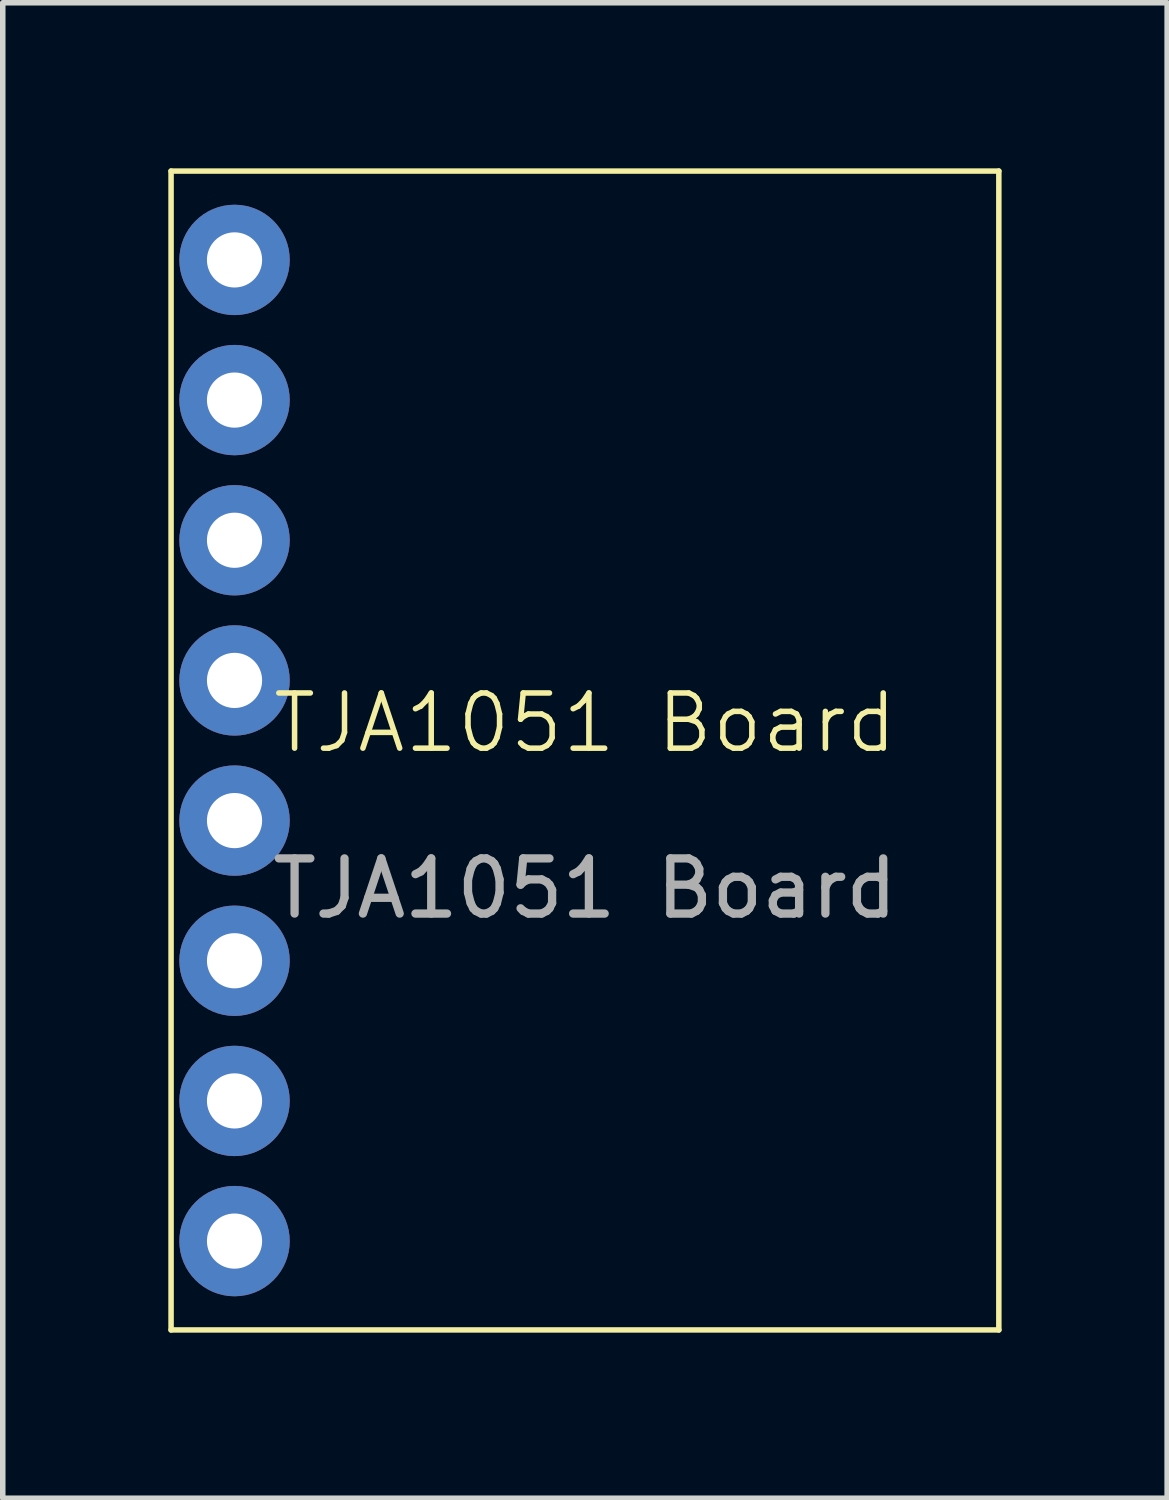
<source format=kicad_pcb>
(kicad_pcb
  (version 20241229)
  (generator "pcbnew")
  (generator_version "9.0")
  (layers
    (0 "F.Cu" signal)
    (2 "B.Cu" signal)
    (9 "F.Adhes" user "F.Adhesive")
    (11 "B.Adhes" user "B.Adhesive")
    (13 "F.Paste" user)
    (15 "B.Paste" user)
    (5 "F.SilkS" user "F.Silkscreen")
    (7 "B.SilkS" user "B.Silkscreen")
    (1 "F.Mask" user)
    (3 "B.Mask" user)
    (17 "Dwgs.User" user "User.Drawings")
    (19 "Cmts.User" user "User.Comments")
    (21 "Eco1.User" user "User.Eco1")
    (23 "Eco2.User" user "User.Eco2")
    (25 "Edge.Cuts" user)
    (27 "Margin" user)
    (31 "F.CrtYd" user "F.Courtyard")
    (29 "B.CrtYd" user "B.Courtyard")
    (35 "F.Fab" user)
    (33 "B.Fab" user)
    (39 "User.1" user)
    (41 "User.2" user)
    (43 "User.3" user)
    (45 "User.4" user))
  (footprint "TJA1051 Board"
    (layer "F.Cu")
    (at 7.55 10.55)
    (property "Reference" "TJA1051 Board" (at 0 -0.5 0) (unlocked yes) (layer "F.SilkS") (effects (font (size 1 1) (thickness 0.1))))
    (attr through_hole)
    (fp_line (start -7.5 -10.5) (end 7.5 -10.5) (stroke (width 0.1) (type default)) (layer "F.SilkS"))
    (fp_line (start -7.5 10.5) (end -7.5 -10.5) (stroke (width 0.1) (type default)) (layer "F.SilkS"))
    (fp_line (start 7.5 -10.5) (end 7.5 10.5) (stroke (width 0.1) (type default)) (layer "F.SilkS"))
    (fp_line (start 7.5 10.5) (end -7.5 10.5) (stroke (width 0.1) (type default)) (layer "F.SilkS"))
    (fp_text user "${REFERENCE}" (at 0 2.5 0) (unlocked yes) (layer "F.Fab") (effects (font (size 1 1) (thickness 0.15))))
    (pad "1" thru_hole circle (at -6.35 -8.89) (size 2 2) (drill 1) (layers "*.Cu" "*.Mask"))
    (pad "2" thru_hole circle (at -6.35 -6.35) (size 2 2) (drill 1) (layers "*.Cu" "*.Mask"))
    (pad "3" thru_hole circle (at -6.35 -3.81) (size 2 2) (drill 1) (layers "*.Cu" "*.Mask"))
    (pad "4" thru_hole circle (at -6.35 -1.27) (size 2 2) (drill 1) (layers "*.Cu" "*.Mask"))
    (pad "5" thru_hole circle (at -6.35 1.27) (size 2 2) (drill 1) (layers "*.Cu" "*.Mask"))
    (pad "6" thru_hole circle (at -6.35 3.81) (size 2 2) (drill 1) (layers "*.Cu" "*.Mask"))
    (pad "7" thru_hole circle (at -6.35 6.35) (size 2 2) (drill 1) (layers "*.Cu" "*.Mask"))
    (pad "8" thru_hole circle (at -6.35 8.89) (size 2 2) (drill 1) (layers "*.Cu" "*.Mask"))
    (zone (net_name "") (layer "F.SilkS") (hatch edge 0.5) (connect_pads) (min_thickness 0.25) (filled_areas_thickness no) (keepout (tracks allowed) (vias allowed) (pads not_allowed) (copperpour allowed) (footprints not_allowed)) (placement (enabled no)) (fill) (polygon (pts (xy 0.05 0.05) (xy 15.05 0.05) (xy 15.05 21.05) (xy 0.05 21.05)))))
  (gr_rect
    (start -3 -3)
    (end 18.1 24.1)
    (stroke (width 0.1) (type default))
    (fill no)
    (layer "Edge.Cuts")))
</source>
